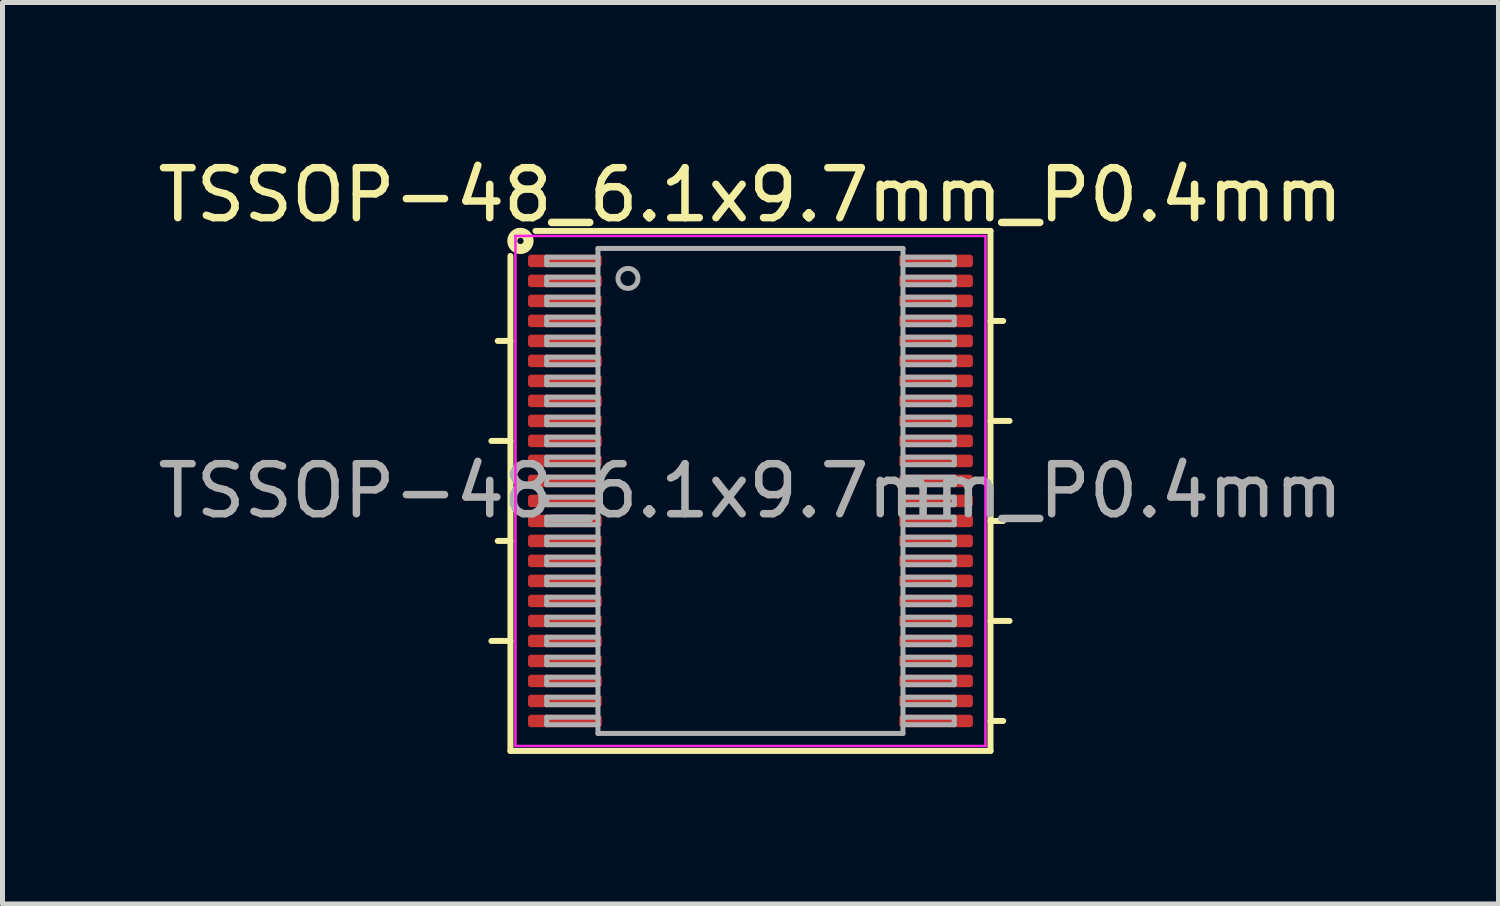
<source format=kicad_pcb>
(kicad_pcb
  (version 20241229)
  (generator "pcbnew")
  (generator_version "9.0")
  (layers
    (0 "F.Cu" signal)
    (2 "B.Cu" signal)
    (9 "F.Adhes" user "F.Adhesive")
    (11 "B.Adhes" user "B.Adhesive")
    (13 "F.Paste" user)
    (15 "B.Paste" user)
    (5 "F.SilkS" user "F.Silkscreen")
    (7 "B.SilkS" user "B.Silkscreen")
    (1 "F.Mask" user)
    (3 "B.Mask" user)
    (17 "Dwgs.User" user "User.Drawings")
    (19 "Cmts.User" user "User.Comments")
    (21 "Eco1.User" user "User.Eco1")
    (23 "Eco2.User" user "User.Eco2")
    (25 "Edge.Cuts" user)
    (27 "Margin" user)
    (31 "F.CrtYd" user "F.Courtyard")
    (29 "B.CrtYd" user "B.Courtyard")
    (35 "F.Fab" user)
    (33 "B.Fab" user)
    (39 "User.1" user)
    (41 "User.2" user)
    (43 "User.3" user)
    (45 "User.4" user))
  (footprint "TSSOP-48_6.1x9.7mm_P0.4mm"
    (layer "F.Cu")
    (at 11.958 6.768)
    (property "Reference" "TSSOP-48_6.1x9.7mm_P0.4mm" (at 0 -5.92 0) (layer "F.SilkS") (effects (font (size 1 1) (thickness 0.15))))
    (attr smd)
    (fp_line (start -5.181 -1) (end -4.8 -1) (stroke (width 0.12) (type solid)) (layer "F.SilkS"))
    (fp_line (start -5.181 3) (end -4.8 3) (stroke (width 0.12) (type solid)) (layer "F.SilkS"))
    (fp_line (start -5.054 -3) (end -4.8 -3) (stroke (width 0.12) (type solid)) (layer "F.SilkS"))
    (fp_line (start -5.054 1) (end -4.8 1) (stroke (width 0.12) (type solid)) (layer "F.SilkS"))
    (fp_line (start -4.8 -4.699) (end -4.8 5.2) (stroke (width 0.12) (type solid)) (layer "F.SilkS"))
    (fp_line (start -4.8 5.2) (end 4.8 5.2) (stroke (width 0.12) (type solid)) (layer "F.SilkS"))
    (fp_line (start 4.8 -5.2) (end -4.3 -5.2) (stroke (width 0.12) (type solid)) (layer "F.SilkS"))
    (fp_line (start 4.8 5.2) (end 4.8 -5.2) (stroke (width 0.12) (type solid)) (layer "F.SilkS"))
    (fp_line (start 5.054 -3.4) (end 4.8 -3.4) (stroke (width 0.12) (type solid)) (layer "F.SilkS"))
    (fp_line (start 5.054 0.6) (end 4.8 0.6) (stroke (width 0.12) (type solid)) (layer "F.SilkS"))
    (fp_line (start 5.054 4.6) (end 4.8 4.6) (stroke (width 0.12) (type solid)) (layer "F.SilkS"))
    (fp_line (start 5.181 -1.4) (end 4.8 -1.4) (stroke (width 0.12) (type solid)) (layer "F.SilkS"))
    (fp_line (start 5.181 2.6) (end 4.8 2.6) (stroke (width 0.12) (type solid)) (layer "F.SilkS"))
    (fp_circle (center -4.6 -5) (end -4.537 -5) (stroke (width 0.2) (type solid)) (fill no) (layer "F.SilkS"))
    (fp_line (start -4.7 -5.1) (end -4.7 5.1) (stroke (width 0.05) (type solid)) (layer "F.CrtYd"))
    (fp_line (start -4.7 5.1) (end 4.7 5.1) (stroke (width 0.05) (type solid)) (layer "F.CrtYd"))
    (fp_line (start 4.7 -5.1) (end -4.7 -5.1) (stroke (width 0.05) (type solid)) (layer "F.CrtYd"))
    (fp_line (start 4.7 5.1) (end 4.7 -5.1) (stroke (width 0.05) (type solid)) (layer "F.CrtYd"))
    (fp_line (start -4.075 -4.675) (end -4.075 -4.525) (stroke (width 0.1) (type solid)) (layer "F.Fab"))
    (fp_line (start -4.075 -4.525) (end -3.05 -4.525) (stroke (width 0.1) (type solid)) (layer "F.Fab"))
    (fp_line (start -4.075 -4.275) (end -4.075 -4.125) (stroke (width 0.1) (type solid)) (layer "F.Fab"))
    (fp_line (start -4.075 -4.125) (end -3.05 -4.125) (stroke (width 0.1) (type solid)) (layer "F.Fab"))
    (fp_line (start -4.075 -3.875) (end -4.075 -3.725) (stroke (width 0.1) (type solid)) (layer "F.Fab"))
    (fp_line (start -4.075 -3.725) (end -3.05 -3.725) (stroke (width 0.1) (type solid)) (layer "F.Fab"))
    (fp_line (start -4.075 -3.475) (end -4.075 -3.325) (stroke (width 0.1) (type solid)) (layer "F.Fab"))
    (fp_line (start -4.075 -3.325) (end -3.05 -3.325) (stroke (width 0.1) (type solid)) (layer "F.Fab"))
    (fp_line (start -4.075 -3.075) (end -4.075 -2.925) (stroke (width 0.1) (type solid)) (layer "F.Fab"))
    (fp_line (start -4.075 -2.925) (end -3.05 -2.925) (stroke (width 0.1) (type solid)) (layer "F.Fab"))
    (fp_line (start -4.075 -2.675) (end -4.075 -2.525) (stroke (width 0.1) (type solid)) (layer "F.Fab"))
    (fp_line (start -4.075 -2.525) (end -3.05 -2.525) (stroke (width 0.1) (type solid)) (layer "F.Fab"))
    (fp_line (start -4.075 -2.275) (end -4.075 -2.125) (stroke (width 0.1) (type solid)) (layer "F.Fab"))
    (fp_line (start -4.075 -2.125) (end -3.05 -2.125) (stroke (width 0.1) (type solid)) (layer "F.Fab"))
    (fp_line (start -4.075 -1.875) (end -4.075 -1.725) (stroke (width 0.1) (type solid)) (layer "F.Fab"))
    (fp_line (start -4.075 -1.725) (end -3.05 -1.725) (stroke (width 0.1) (type solid)) (layer "F.Fab"))
    (fp_line (start -4.075 -1.475) (end -4.075 -1.325) (stroke (width 0.1) (type solid)) (layer "F.Fab"))
    (fp_line (start -4.075 -1.325) (end -3.05 -1.325) (stroke (width 0.1) (type solid)) (layer "F.Fab"))
    (fp_line (start -4.075 -1.075) (end -4.075 -0.925) (stroke (width 0.1) (type solid)) (layer "F.Fab"))
    (fp_line (start -4.075 -0.925) (end -3.05 -0.925) (stroke (width 0.1) (type solid)) (layer "F.Fab"))
    (fp_line (start -4.075 -0.675) (end -4.075 -0.525) (stroke (width 0.1) (type solid)) (layer "F.Fab"))
    (fp_line (start -4.075 -0.525) (end -3.05 -0.525) (stroke (width 0.1) (type solid)) (layer "F.Fab"))
    (fp_line (start -4.075 -0.275) (end -4.075 -0.125) (stroke (width 0.1) (type solid)) (layer "F.Fab"))
    (fp_line (start -4.075 -0.125) (end -3.05 -0.125) (stroke (width 0.1) (type solid)) (layer "F.Fab"))
    (fp_line (start -4.075 0.125) (end -4.075 0.275) (stroke (width 0.1) (type solid)) (layer "F.Fab"))
    (fp_line (start -4.075 0.275) (end -3.05 0.275) (stroke (width 0.1) (type solid)) (layer "F.Fab"))
    (fp_line (start -4.075 0.525) (end -4.075 0.675) (stroke (width 0.1) (type solid)) (layer "F.Fab"))
    (fp_line (start -4.075 0.675) (end -3.05 0.675) (stroke (width 0.1) (type solid)) (layer "F.Fab"))
    (fp_line (start -4.075 0.925) (end -4.075 1.075) (stroke (width 0.1) (type solid)) (layer "F.Fab"))
    (fp_line (start -4.075 1.075) (end -3.05 1.075) (stroke (width 0.1) (type solid)) (layer "F.Fab"))
    (fp_line (start -4.075 1.325) (end -4.075 1.475) (stroke (width 0.1) (type solid)) (layer "F.Fab"))
    (fp_line (start -4.075 1.475) (end -3.05 1.475) (stroke (width 0.1) (type solid)) (layer "F.Fab"))
    (fp_line (start -4.075 1.725) (end -4.075 1.875) (stroke (width 0.1) (type solid)) (layer "F.Fab"))
    (fp_line (start -4.075 1.875) (end -3.05 1.875) (stroke (width 0.1) (type solid)) (layer "F.Fab"))
    (fp_line (start -4.075 2.125) (end -4.075 2.275) (stroke (width 0.1) (type solid)) (layer "F.Fab"))
    (fp_line (start -4.075 2.275) (end -3.05 2.275) (stroke (width 0.1) (type solid)) (layer "F.Fab"))
    (fp_line (start -4.075 2.525) (end -4.075 2.675) (stroke (width 0.1) (type solid)) (layer "F.Fab"))
    (fp_line (start -4.075 2.675) (end -3.05 2.675) (stroke (width 0.1) (type solid)) (layer "F.Fab"))
    (fp_line (start -4.075 2.925) (end -4.075 3.075) (stroke (width 0.1) (type solid)) (layer "F.Fab"))
    (fp_line (start -4.075 3.075) (end -3.05 3.075) (stroke (width 0.1) (type solid)) (layer "F.Fab"))
    (fp_line (start -4.075 3.325) (end -4.075 3.475) (stroke (width 0.1) (type solid)) (layer "F.Fab"))
    (fp_line (start -4.075 3.475) (end -3.05 3.475) (stroke (width 0.1) (type solid)) (layer "F.Fab"))
    (fp_line (start -4.075 3.725) (end -4.075 3.875) (stroke (width 0.1) (type solid)) (layer "F.Fab"))
    (fp_line (start -4.075 3.875) (end -3.05 3.875) (stroke (width 0.1) (type solid)) (layer "F.Fab"))
    (fp_line (start -4.075 4.125) (end -4.075 4.275) (stroke (width 0.1) (type solid)) (layer "F.Fab"))
    (fp_line (start -4.075 4.275) (end -3.05 4.275) (stroke (width 0.1) (type solid)) (layer "F.Fab"))
    (fp_line (start -4.075 4.525) (end -4.075 4.675) (stroke (width 0.1) (type solid)) (layer "F.Fab"))
    (fp_line (start -4.075 4.675) (end -3.05 4.675) (stroke (width 0.1) (type solid)) (layer "F.Fab"))
    (fp_line (start -3.05 -4.85) (end 3.05 -4.85) (stroke (width 0.1) (type solid)) (layer "F.Fab"))
    (fp_line (start -3.05 -4.675) (end -4.075 -4.675) (stroke (width 0.1) (type solid)) (layer "F.Fab"))
    (fp_line (start -3.05 -4.275) (end -4.075 -4.275) (stroke (width 0.1) (type solid)) (layer "F.Fab"))
    (fp_line (start -3.05 -3.875) (end -4.075 -3.875) (stroke (width 0.1) (type solid)) (layer "F.Fab"))
    (fp_line (start -3.05 -3.475) (end -4.075 -3.475) (stroke (width 0.1) (type solid)) (layer "F.Fab"))
    (fp_line (start -3.05 -3.075) (end -4.075 -3.075) (stroke (width 0.1) (type solid)) (layer "F.Fab"))
    (fp_line (start -3.05 -2.675) (end -4.075 -2.675) (stroke (width 0.1) (type solid)) (layer "F.Fab"))
    (fp_line (start -3.05 -2.275) (end -4.075 -2.275) (stroke (width 0.1) (type solid)) (layer "F.Fab"))
    (fp_line (start -3.05 -1.875) (end -4.075 -1.875) (stroke (width 0.1) (type solid)) (layer "F.Fab"))
    (fp_line (start -3.05 -1.475) (end -4.075 -1.475) (stroke (width 0.1) (type solid)) (layer "F.Fab"))
    (fp_line (start -3.05 -1.075) (end -4.075 -1.075) (stroke (width 0.1) (type solid)) (layer "F.Fab"))
    (fp_line (start -3.05 -0.675) (end -4.075 -0.675) (stroke (width 0.1) (type solid)) (layer "F.Fab"))
    (fp_line (start -3.05 -0.275) (end -4.075 -0.275) (stroke (width 0.1) (type solid)) (layer "F.Fab"))
    (fp_line (start -3.05 0.125) (end -4.075 0.125) (stroke (width 0.1) (type solid)) (layer "F.Fab"))
    (fp_line (start -3.05 0.525) (end -4.075 0.525) (stroke (width 0.1) (type solid)) (layer "F.Fab"))
    (fp_line (start -3.05 0.925) (end -4.075 0.925) (stroke (width 0.1) (type solid)) (layer "F.Fab"))
    (fp_line (start -3.05 1.325) (end -4.075 1.325) (stroke (width 0.1) (type solid)) (layer "F.Fab"))
    (fp_line (start -3.05 1.725) (end -4.075 1.725) (stroke (width 0.1) (type solid)) (layer "F.Fab"))
    (fp_line (start -3.05 2.125) (end -4.075 2.125) (stroke (width 0.1) (type solid)) (layer "F.Fab"))
    (fp_line (start -3.05 2.525) (end -4.075 2.525) (stroke (width 0.1) (type solid)) (layer "F.Fab"))
    (fp_line (start -3.05 2.925) (end -4.075 2.925) (stroke (width 0.1) (type solid)) (layer "F.Fab"))
    (fp_line (start -3.05 3.325) (end -4.075 3.325) (stroke (width 0.1) (type solid)) (layer "F.Fab"))
    (fp_line (start -3.05 3.725) (end -4.075 3.725) (stroke (width 0.1) (type solid)) (layer "F.Fab"))
    (fp_line (start -3.05 4.125) (end -4.075 4.125) (stroke (width 0.1) (type solid)) (layer "F.Fab"))
    (fp_line (start -3.05 4.525) (end -4.075 4.525) (stroke (width 0.1) (type solid)) (layer "F.Fab"))
    (fp_line (start -3.05 4.85) (end -3.05 -4.85) (stroke (width 0.1) (type solid)) (layer "F.Fab"))
    (fp_line (start 3.05 -4.85) (end 3.05 4.85) (stroke (width 0.1) (type solid)) (layer "F.Fab"))
    (fp_line (start 3.05 -4.525) (end 4.075 -4.525) (stroke (width 0.1) (type solid)) (layer "F.Fab"))
    (fp_line (start 3.05 -4.125) (end 4.075 -4.125) (stroke (width 0.1) (type solid)) (layer "F.Fab"))
    (fp_line (start 3.05 -3.725) (end 4.075 -3.725) (stroke (width 0.1) (type solid)) (layer "F.Fab"))
    (fp_line (start 3.05 -3.325) (end 4.075 -3.325) (stroke (width 0.1) (type solid)) (layer "F.Fab"))
    (fp_line (start 3.05 -2.925) (end 4.075 -2.925) (stroke (width 0.1) (type solid)) (layer "F.Fab"))
    (fp_line (start 3.05 -2.525) (end 4.075 -2.525) (stroke (width 0.1) (type solid)) (layer "F.Fab"))
    (fp_line (start 3.05 -2.125) (end 4.075 -2.125) (stroke (width 0.1) (type solid)) (layer "F.Fab"))
    (fp_line (start 3.05 -1.725) (end 4.075 -1.725) (stroke (width 0.1) (type solid)) (layer "F.Fab"))
    (fp_line (start 3.05 -1.325) (end 4.075 -1.325) (stroke (width 0.1) (type solid)) (layer "F.Fab"))
    (fp_line (start 3.05 -0.925) (end 4.075 -0.925) (stroke (width 0.1) (type solid)) (layer "F.Fab"))
    (fp_line (start 3.05 -0.525) (end 4.075 -0.525) (stroke (width 0.1) (type solid)) (layer "F.Fab"))
    (fp_line (start 3.05 -0.125) (end 4.075 -0.125) (stroke (width 0.1) (type solid)) (layer "F.Fab"))
    (fp_line (start 3.05 0.275) (end 4.075 0.275) (stroke (width 0.1) (type solid)) (layer "F.Fab"))
    (fp_line (start 3.05 0.675) (end 4.075 0.675) (stroke (width 0.1) (type solid)) (layer "F.Fab"))
    (fp_line (start 3.05 1.075) (end 4.075 1.075) (stroke (width 0.1) (type solid)) (layer "F.Fab"))
    (fp_line (start 3.05 1.475) (end 4.075 1.475) (stroke (width 0.1) (type solid)) (layer "F.Fab"))
    (fp_line (start 3.05 1.875) (end 4.075 1.875) (stroke (width 0.1) (type solid)) (layer "F.Fab"))
    (fp_line (start 3.05 2.275) (end 4.075 2.275) (stroke (width 0.1) (type solid)) (layer "F.Fab"))
    (fp_line (start 3.05 2.675) (end 4.075 2.675) (stroke (width 0.1) (type solid)) (layer "F.Fab"))
    (fp_line (start 3.05 3.075) (end 4.075 3.075) (stroke (width 0.1) (type solid)) (layer "F.Fab"))
    (fp_line (start 3.05 3.475) (end 4.075 3.475) (stroke (width 0.1) (type solid)) (layer "F.Fab"))
    (fp_line (start 3.05 3.875) (end 4.075 3.875) (stroke (width 0.1) (type solid)) (layer "F.Fab"))
    (fp_line (start 3.05 4.275) (end 4.075 4.275) (stroke (width 0.1) (type solid)) (layer "F.Fab"))
    (fp_line (start 3.05 4.675) (end 4.075 4.675) (stroke (width 0.1) (type solid)) (layer "F.Fab"))
    (fp_line (start 3.05 4.85) (end -3.05 4.85) (stroke (width 0.1) (type solid)) (layer "F.Fab"))
    (fp_line (start 4.075 -4.675) (end 3.05 -4.675) (stroke (width 0.1) (type solid)) (layer "F.Fab"))
    (fp_line (start 4.075 -4.525) (end 4.075 -4.675) (stroke (width 0.1) (type solid)) (layer "F.Fab"))
    (fp_line (start 4.075 -4.275) (end 3.05 -4.275) (stroke (width 0.1) (type solid)) (layer "F.Fab"))
    (fp_line (start 4.075 -4.125) (end 4.075 -4.275) (stroke (width 0.1) (type solid)) (layer "F.Fab"))
    (fp_line (start 4.075 -3.875) (end 3.05 -3.875) (stroke (width 0.1) (type solid)) (layer "F.Fab"))
    (fp_line (start 4.075 -3.725) (end 4.075 -3.875) (stroke (width 0.1) (type solid)) (layer "F.Fab"))
    (fp_line (start 4.075 -3.475) (end 3.05 -3.475) (stroke (width 0.1) (type solid)) (layer "F.Fab"))
    (fp_line (start 4.075 -3.325) (end 4.075 -3.475) (stroke (width 0.1) (type solid)) (layer "F.Fab"))
    (fp_line (start 4.075 -3.075) (end 3.05 -3.075) (stroke (width 0.1) (type solid)) (layer "F.Fab"))
    (fp_line (start 4.075 -2.925) (end 4.075 -3.075) (stroke (width 0.1) (type solid)) (layer "F.Fab"))
    (fp_line (start 4.075 -2.675) (end 3.05 -2.675) (stroke (width 0.1) (type solid)) (layer "F.Fab"))
    (fp_line (start 4.075 -2.525) (end 4.075 -2.675) (stroke (width 0.1) (type solid)) (layer "F.Fab"))
    (fp_line (start 4.075 -2.275) (end 3.05 -2.275) (stroke (width 0.1) (type solid)) (layer "F.Fab"))
    (fp_line (start 4.075 -2.125) (end 4.075 -2.275) (stroke (width 0.1) (type solid)) (layer "F.Fab"))
    (fp_line (start 4.075 -1.875) (end 3.05 -1.875) (stroke (width 0.1) (type solid)) (layer "F.Fab"))
    (fp_line (start 4.075 -1.725) (end 4.075 -1.875) (stroke (width 0.1) (type solid)) (layer "F.Fab"))
    (fp_line (start 4.075 -1.475) (end 3.05 -1.475) (stroke (width 0.1) (type solid)) (layer "F.Fab"))
    (fp_line (start 4.075 -1.325) (end 4.075 -1.475) (stroke (width 0.1) (type solid)) (layer "F.Fab"))
    (fp_line (start 4.075 -1.075) (end 3.05 -1.075) (stroke (width 0.1) (type solid)) (layer "F.Fab"))
    (fp_line (start 4.075 -0.925) (end 4.075 -1.075) (stroke (width 0.1) (type solid)) (layer "F.Fab"))
    (fp_line (start 4.075 -0.675) (end 3.05 -0.675) (stroke (width 0.1) (type solid)) (layer "F.Fab"))
    (fp_line (start 4.075 -0.525) (end 4.075 -0.675) (stroke (width 0.1) (type solid)) (layer "F.Fab"))
    (fp_line (start 4.075 -0.275) (end 3.05 -0.275) (stroke (width 0.1) (type solid)) (layer "F.Fab"))
    (fp_line (start 4.075 -0.125) (end 4.075 -0.275) (stroke (width 0.1) (type solid)) (layer "F.Fab"))
    (fp_line (start 4.075 0.125) (end 3.05 0.125) (stroke (width 0.1) (type solid)) (layer "F.Fab"))
    (fp_line (start 4.075 0.275) (end 4.075 0.125) (stroke (width 0.1) (type solid)) (layer "F.Fab"))
    (fp_line (start 4.075 0.525) (end 3.05 0.525) (stroke (width 0.1) (type solid)) (layer "F.Fab"))
    (fp_line (start 4.075 0.675) (end 4.075 0.525) (stroke (width 0.1) (type solid)) (layer "F.Fab"))
    (fp_line (start 4.075 0.925) (end 3.05 0.925) (stroke (width 0.1) (type solid)) (layer "F.Fab"))
    (fp_line (start 4.075 1.075) (end 4.075 0.925) (stroke (width 0.1) (type solid)) (layer "F.Fab"))
    (fp_line (start 4.075 1.325) (end 3.05 1.325) (stroke (width 0.1) (type solid)) (layer "F.Fab"))
    (fp_line (start 4.075 1.475) (end 4.075 1.325) (stroke (width 0.1) (type solid)) (layer "F.Fab"))
    (fp_line (start 4.075 1.725) (end 3.05 1.725) (stroke (width 0.1) (type solid)) (layer "F.Fab"))
    (fp_line (start 4.075 1.875) (end 4.075 1.725) (stroke (width 0.1) (type solid)) (layer "F.Fab"))
    (fp_line (start 4.075 2.125) (end 3.05 2.125) (stroke (width 0.1) (type solid)) (layer "F.Fab"))
    (fp_line (start 4.075 2.275) (end 4.075 2.125) (stroke (width 0.1) (type solid)) (layer "F.Fab"))
    (fp_line (start 4.075 2.525) (end 3.05 2.525) (stroke (width 0.1) (type solid)) (layer "F.Fab"))
    (fp_line (start 4.075 2.675) (end 4.075 2.525) (stroke (width 0.1) (type solid)) (layer "F.Fab"))
    (fp_line (start 4.075 2.925) (end 3.05 2.925) (stroke (width 0.1) (type solid)) (layer "F.Fab"))
    (fp_line (start 4.075 3.075) (end 4.075 2.925) (stroke (width 0.1) (type solid)) (layer "F.Fab"))
    (fp_line (start 4.075 3.325) (end 3.05 3.325) (stroke (width 0.1) (type solid)) (layer "F.Fab"))
    (fp_line (start 4.075 3.475) (end 4.075 3.325) (stroke (width 0.1) (type solid)) (layer "F.Fab"))
    (fp_line (start 4.075 3.725) (end 3.05 3.725) (stroke (width 0.1) (type solid)) (layer "F.Fab"))
    (fp_line (start 4.075 3.875) (end 4.075 3.725) (stroke (width 0.1) (type solid)) (layer "F.Fab"))
    (fp_line (start 4.075 4.125) (end 3.05 4.125) (stroke (width 0.1) (type solid)) (layer "F.Fab"))
    (fp_line (start 4.075 4.275) (end 4.075 4.125) (stroke (width 0.1) (type solid)) (layer "F.Fab"))
    (fp_line (start 4.075 4.525) (end 3.05 4.525) (stroke (width 0.1) (type solid)) (layer "F.Fab"))
    (fp_line (start 4.075 4.675) (end 4.075 4.525) (stroke (width 0.1) (type solid)) (layer "F.Fab"))
    (fp_circle (center -2.45 -4.25) (end -2.25 -4.25) (stroke (width 0.1) (type solid)) (fill no) (layer "F.Fab"))
    (fp_text user "${REFERENCE}" (at 0 0 0) (layer "F.Fab") (effects (font (size 1 1) (thickness 0.15))))
    (pad "1" smd roundrect (at -3.712 -4.6) (size 1.475 0.25) (layers "F.Cu" "F.Mask" "F.Paste") (roundrect_rratio 0.25))
    (pad "2" smd roundrect (at -3.712 -4.2) (size 1.475 0.25) (layers "F.Cu" "F.Mask" "F.Paste") (roundrect_rratio 0.25))
    (pad "3" smd roundrect (at -3.712 -3.8) (size 1.475 0.25) (layers "F.Cu" "F.Mask" "F.Paste") (roundrect_rratio 0.25))
    (pad "4" smd roundrect (at -3.712 -3.4) (size 1.475 0.25) (layers "F.Cu" "F.Mask" "F.Paste") (roundrect_rratio 0.25))
    (pad "5" smd roundrect (at -3.712 -3) (size 1.475 0.25) (layers "F.Cu" "F.Mask" "F.Paste") (roundrect_rratio 0.25))
    (pad "6" smd roundrect (at -3.712 -2.6) (size 1.475 0.25) (layers "F.Cu" "F.Mask" "F.Paste") (roundrect_rratio 0.25))
    (pad "7" smd roundrect (at -3.712 -2.2) (size 1.475 0.25) (layers "F.Cu" "F.Mask" "F.Paste") (roundrect_rratio 0.25))
    (pad "8" smd roundrect (at -3.712 -1.8) (size 1.475 0.25) (layers "F.Cu" "F.Mask" "F.Paste") (roundrect_rratio 0.25))
    (pad "9" smd roundrect (at -3.712 -1.4) (size 1.475 0.25) (layers "F.Cu" "F.Mask" "F.Paste") (roundrect_rratio 0.25))
    (pad "10" smd roundrect (at -3.712 -1) (size 1.475 0.25) (layers "F.Cu" "F.Mask" "F.Paste") (roundrect_rratio 0.25))
    (pad "11" smd roundrect (at -3.712 -0.6) (size 1.475 0.25) (layers "F.Cu" "F.Mask" "F.Paste") (roundrect_rratio 0.25))
    (pad "12" smd roundrect (at -3.712 -0.2) (size 1.475 0.25) (layers "F.Cu" "F.Mask" "F.Paste") (roundrect_rratio 0.25))
    (pad "13" smd roundrect (at -3.712 0.2) (size 1.475 0.25) (layers "F.Cu" "F.Mask" "F.Paste") (roundrect_rratio 0.25))
    (pad "14" smd roundrect (at -3.712 0.6) (size 1.475 0.25) (layers "F.Cu" "F.Mask" "F.Paste") (roundrect_rratio 0.25))
    (pad "15" smd roundrect (at -3.712 1) (size 1.475 0.25) (layers "F.Cu" "F.Mask" "F.Paste") (roundrect_rratio 0.25))
    (pad "16" smd roundrect (at -3.712 1.4) (size 1.475 0.25) (layers "F.Cu" "F.Mask" "F.Paste") (roundrect_rratio 0.25))
    (pad "17" smd roundrect (at -3.712 1.8) (size 1.475 0.25) (layers "F.Cu" "F.Mask" "F.Paste") (roundrect_rratio 0.25))
    (pad "18" smd roundrect (at -3.712 2.2) (size 1.475 0.25) (layers "F.Cu" "F.Mask" "F.Paste") (roundrect_rratio 0.25))
    (pad "19" smd roundrect (at -3.712 2.6) (size 1.475 0.25) (layers "F.Cu" "F.Mask" "F.Paste") (roundrect_rratio 0.25))
    (pad "20" smd roundrect (at -3.712 3) (size 1.475 0.25) (layers "F.Cu" "F.Mask" "F.Paste") (roundrect_rratio 0.25))
    (pad "21" smd roundrect (at -3.712 3.4) (size 1.475 0.25) (layers "F.Cu" "F.Mask" "F.Paste") (roundrect_rratio 0.25))
    (pad "22" smd roundrect (at -3.712 3.8) (size 1.475 0.25) (layers "F.Cu" "F.Mask" "F.Paste") (roundrect_rratio 0.25))
    (pad "23" smd roundrect (at -3.712 4.2) (size 1.475 0.25) (layers "F.Cu" "F.Mask" "F.Paste") (roundrect_rratio 0.25))
    (pad "24" smd roundrect (at -3.712 4.6) (size 1.475 0.25) (layers "F.Cu" "F.Mask" "F.Paste") (roundrect_rratio 0.25))
    (pad "25" smd roundrect (at 3.712 4.6) (size 1.475 0.25) (layers "F.Cu" "F.Mask" "F.Paste") (roundrect_rratio 0.25))
    (pad "26" smd roundrect (at 3.712 4.2) (size 1.475 0.25) (layers "F.Cu" "F.Mask" "F.Paste") (roundrect_rratio 0.25))
    (pad "27" smd roundrect (at 3.712 3.8) (size 1.475 0.25) (layers "F.Cu" "F.Mask" "F.Paste") (roundrect_rratio 0.25))
    (pad "28" smd roundrect (at 3.712 3.4) (size 1.475 0.25) (layers "F.Cu" "F.Mask" "F.Paste") (roundrect_rratio 0.25))
    (pad "29" smd roundrect (at 3.712 3) (size 1.475 0.25) (layers "F.Cu" "F.Mask" "F.Paste") (roundrect_rratio 0.25))
    (pad "30" smd roundrect (at 3.712 2.6) (size 1.475 0.25) (layers "F.Cu" "F.Mask" "F.Paste") (roundrect_rratio 0.25))
    (pad "31" smd roundrect (at 3.712 2.2) (size 1.475 0.25) (layers "F.Cu" "F.Mask" "F.Paste") (roundrect_rratio 0.25))
    (pad "32" smd roundrect (at 3.712 1.8) (size 1.475 0.25) (layers "F.Cu" "F.Mask" "F.Paste") (roundrect_rratio 0.25))
    (pad "33" smd roundrect (at 3.712 1.4) (size 1.475 0.25) (layers "F.Cu" "F.Mask" "F.Paste") (roundrect_rratio 0.25))
    (pad "34" smd roundrect (at 3.712 1) (size 1.475 0.25) (layers "F.Cu" "F.Mask" "F.Paste") (roundrect_rratio 0.25))
    (pad "35" smd roundrect (at 3.712 0.6) (size 1.475 0.25) (layers "F.Cu" "F.Mask" "F.Paste") (roundrect_rratio 0.25))
    (pad "36" smd roundrect (at 3.712 0.2) (size 1.475 0.25) (layers "F.Cu" "F.Mask" "F.Paste") (roundrect_rratio 0.25))
    (pad "37" smd roundrect (at 3.712 -0.2) (size 1.475 0.25) (layers "F.Cu" "F.Mask" "F.Paste") (roundrect_rratio 0.25))
    (pad "38" smd roundrect (at 3.712 -0.6) (size 1.475 0.25) (layers "F.Cu" "F.Mask" "F.Paste") (roundrect_rratio 0.25))
    (pad "39" smd roundrect (at 3.712 -1) (size 1.475 0.25) (layers "F.Cu" "F.Mask" "F.Paste") (roundrect_rratio 0.25))
    (pad "40" smd roundrect (at 3.712 -1.4) (size 1.475 0.25) (layers "F.Cu" "F.Mask" "F.Paste") (roundrect_rratio 0.25))
    (pad "41" smd roundrect (at 3.712 -1.8) (size 1.475 0.25) (layers "F.Cu" "F.Mask" "F.Paste") (roundrect_rratio 0.25))
    (pad "42" smd roundrect (at 3.712 -2.2) (size 1.475 0.25) (layers "F.Cu" "F.Mask" "F.Paste") (roundrect_rratio 0.25))
    (pad "43" smd roundrect (at 3.712 -2.6) (size 1.475 0.25) (layers "F.Cu" "F.Mask" "F.Paste") (roundrect_rratio 0.25))
    (pad "44" smd roundrect (at 3.712 -3) (size 1.475 0.25) (layers "F.Cu" "F.Mask" "F.Paste") (roundrect_rratio 0.25))
    (pad "45" smd roundrect (at 3.712 -3.4) (size 1.475 0.25) (layers "F.Cu" "F.Mask" "F.Paste") (roundrect_rratio 0.25))
    (pad "46" smd roundrect (at 3.712 -3.8) (size 1.475 0.25) (layers "F.Cu" "F.Mask" "F.Paste") (roundrect_rratio 0.25))
    (pad "47" smd roundrect (at 3.712 -4.2) (size 1.475 0.25) (layers "F.Cu" "F.Mask" "F.Paste") (roundrect_rratio 0.25))
    (pad "48" smd roundrect (at 3.712 -4.6) (size 1.475 0.25) (layers "F.Cu" "F.Mask" "F.Paste") (roundrect_rratio 0.25)))
  (gr_rect
    (start -3 -3)
    (end 26.917 15.028)
    (stroke (width 0.1) (type default))
    (fill no)
    (layer "Edge.Cuts")))
</source>
